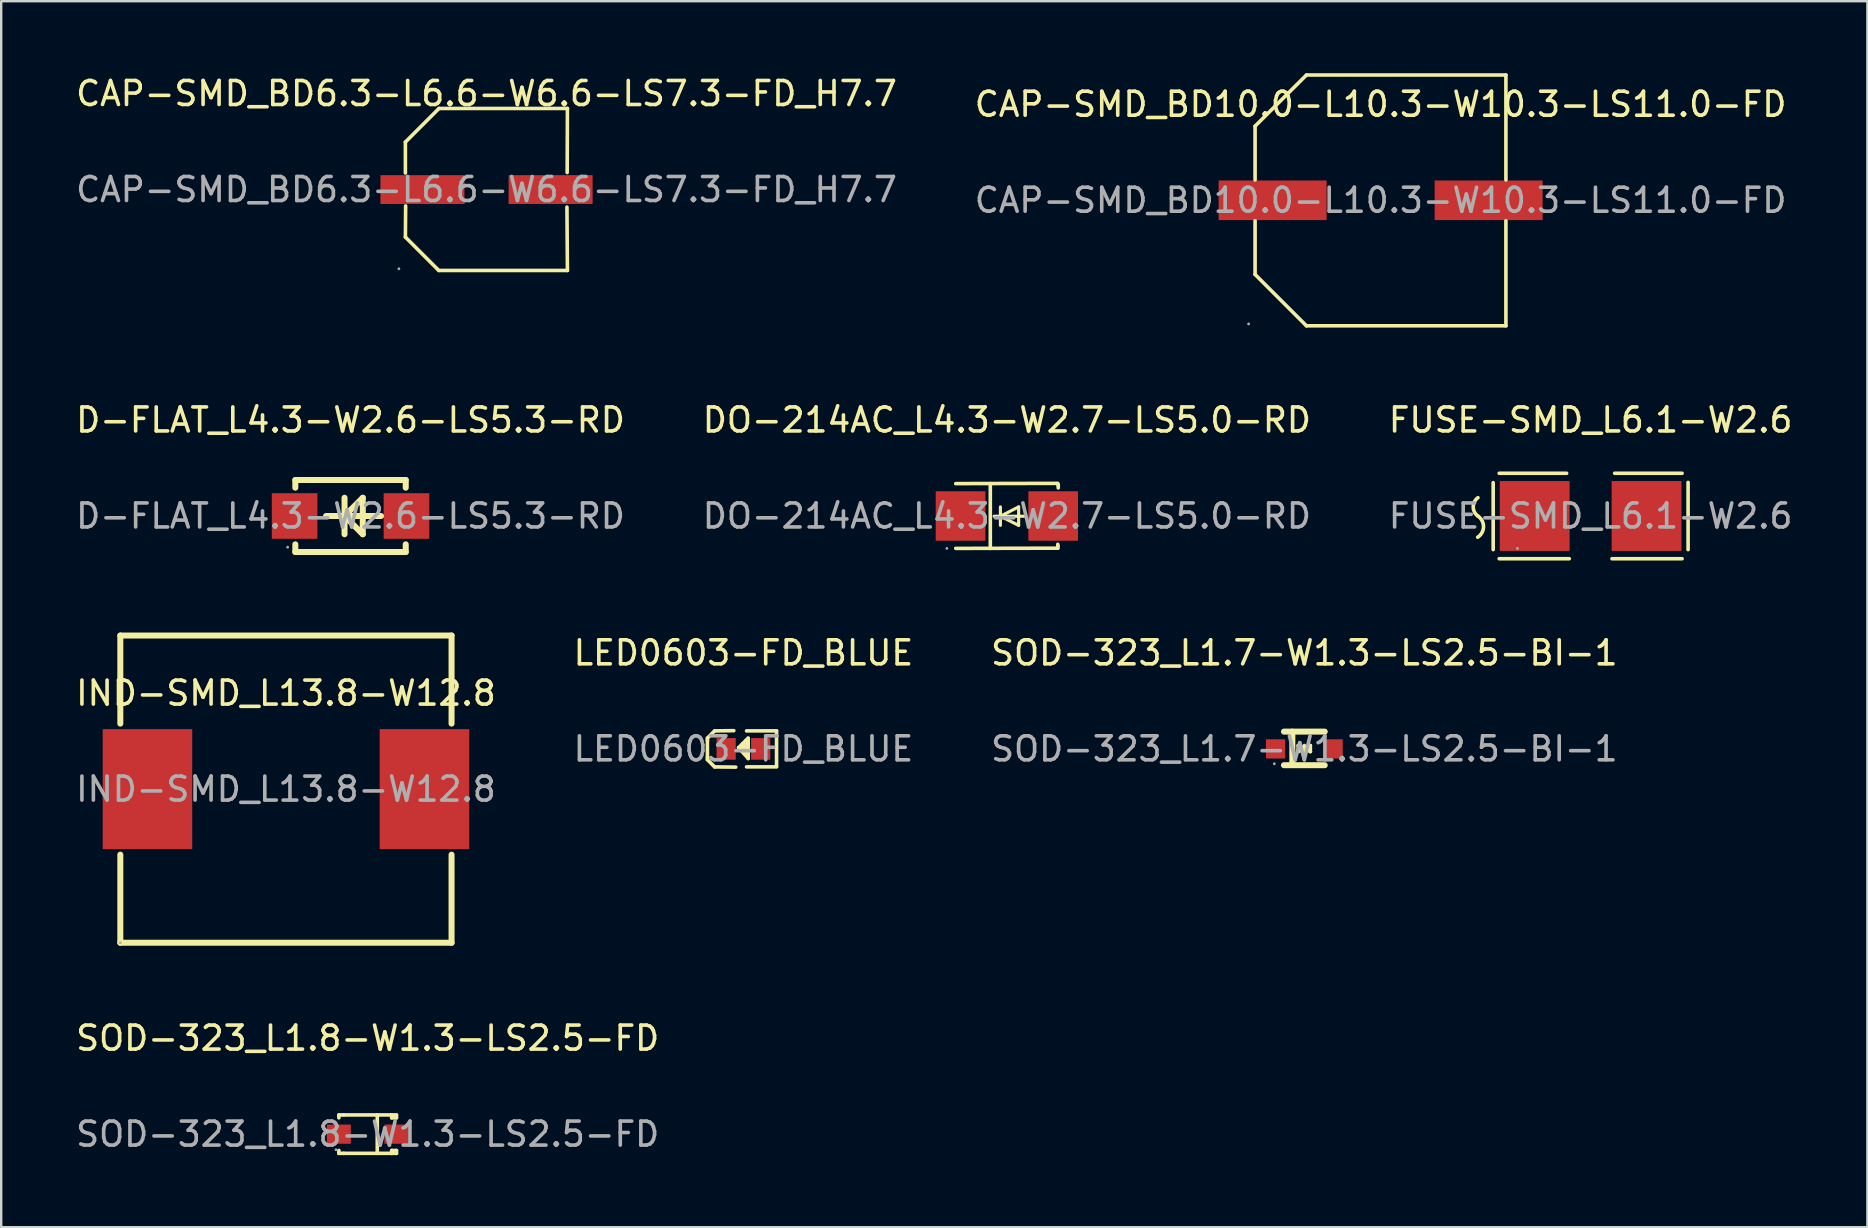
<source format=kicad_pcb>
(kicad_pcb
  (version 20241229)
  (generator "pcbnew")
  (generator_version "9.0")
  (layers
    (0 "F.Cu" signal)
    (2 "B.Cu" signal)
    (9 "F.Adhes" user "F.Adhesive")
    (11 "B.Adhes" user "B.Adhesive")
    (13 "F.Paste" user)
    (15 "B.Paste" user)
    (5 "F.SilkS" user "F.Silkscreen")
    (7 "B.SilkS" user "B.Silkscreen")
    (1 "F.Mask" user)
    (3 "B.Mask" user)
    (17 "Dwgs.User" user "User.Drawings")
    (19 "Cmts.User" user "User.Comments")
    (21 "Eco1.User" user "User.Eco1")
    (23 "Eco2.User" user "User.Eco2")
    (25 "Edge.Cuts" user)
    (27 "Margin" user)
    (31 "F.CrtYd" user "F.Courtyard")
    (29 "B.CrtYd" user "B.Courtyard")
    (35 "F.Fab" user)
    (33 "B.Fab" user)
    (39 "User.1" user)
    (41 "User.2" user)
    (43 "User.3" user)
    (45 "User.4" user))
  (footprint "SOD-323_L1.8-W1.3-LS2.5-FD"
    (layer "F.Cu")
    (at 12.268 44.202)
    (property "Reference" "SOD-323_L1.8-W1.3-LS2.5-FD" (at 0 -4 0) (layer "F.SilkS") (effects (font (size 1 1) (thickness 0.15))))
    (attr smd)
    (fp_line (start -1.2 -0.8) (end -1.2 -0.68) (stroke (width 0.15) (type solid)) (layer "F.SilkS"))
    (fp_line (start -1.2 0.68) (end -1.2 0.8) (stroke (width 0.15) (type solid)) (layer "F.SilkS"))
    (fp_line (start -1.2 0.8) (end -1 0.8) (stroke (width 0.15) (type solid)) (layer "F.SilkS"))
    (fp_line (start -1 -0.8) (end -1.2 -0.8) (stroke (width 0.15) (type solid)) (layer "F.SilkS"))
    (fp_line (start -1 -0.8) (end 1 -0.8) (stroke (width 0.15) (type solid)) (layer "F.SilkS"))
    (fp_line (start -1 0.8) (end 1 0.8) (stroke (width 0.15) (type solid)) (layer "F.SilkS"))
    (fp_line (start 0.4 -0.8) (end 0.4 0.8) (stroke (width 0.15) (type solid)) (layer "F.SilkS"))
    (fp_line (start 1 -0.8) (end 1 -0.68) (stroke (width 0.15) (type solid)) (layer "F.SilkS"))
    (fp_line (start 1 -0.8) (end 1.2 -0.8) (stroke (width 0.15) (type solid)) (layer "F.SilkS"))
    (fp_line (start 1 0.68) (end 1 0.8) (stroke (width 0.15) (type solid)) (layer "F.SilkS"))
    (fp_line (start 1 0.68) (end 1.2 0.68) (stroke (width 0.15) (type solid)) (layer "F.SilkS"))
    (fp_line (start 1.2 -0.8) (end 1.2 -0.68) (stroke (width 0.15) (type solid)) (layer "F.SilkS"))
    (fp_line (start 1.2 -0.68) (end 1 -0.68) (stroke (width 0.15) (type solid)) (layer "F.SilkS"))
    (fp_line (start 1.2 0.68) (end 1.2 0.8) (stroke (width 0.15) (type solid)) (layer "F.SilkS"))
    (fp_line (start 1.2 0.8) (end 1 0.8) (stroke (width 0.15) (type solid)) (layer "F.SilkS"))
    (fp_circle (center -1.32 0.65) (end -1.29 0.65) (stroke (width 0.06) (type solid)) (fill no) (layer "F.Fab"))
    (fp_text user "${REFERENCE}" (at 0 0 0) (layer "F.Fab") (effects (font (size 1 1) (thickness 0.15))))
    (pad "1" smd rect (at -1.2 0 180) (size 1 0.8) (layers "F.Cu" "F.Mask" "F.Paste"))
    (pad "2" smd rect (at 1.2 0 180) (size 1 0.8) (layers "F.Cu" "F.Mask" "F.Paste")))
  (footprint "LED0603-FD_BLUE"
    (layer "F.Cu")
    (at 27.923 28.151)
    (property "Reference" "LED0603-FD_BLUE" (at 0 -4 0) (layer "F.SilkS") (effects (font (size 1 1) (thickness 0.15))))
    (attr smd)
    (fp_line (start -1.5 -0.45) (end -1.2 -0.75) (stroke (width 0.15) (type solid)) (layer "F.SilkS"))
    (fp_line (start -1.5 -0.35) (end -1.5 -0.45) (stroke (width 0.15) (type solid)) (layer "F.SilkS"))
    (fp_line (start -1.5 -0.35) (end -1.5 0.35) (stroke (width 0.15) (type solid)) (layer "F.SilkS"))
    (fp_line (start -1.5 0.35) (end -1.5 0.45) (stroke (width 0.15) (type solid)) (layer "F.SilkS"))
    (fp_line (start -1.5 0.45) (end -1.2 0.75) (stroke (width 0.15) (type solid)) (layer "F.SilkS"))
    (fp_line (start -0.4 -0.76) (end -1.2 -0.75) (stroke (width 0.15) (type solid)) (layer "F.SilkS"))
    (fp_line (start -0.32 0.76) (end -1.2 0.75) (stroke (width 0.15) (type solid)) (layer "F.SilkS"))
    (fp_line (start -0.2 -0.05) (end 0.2 0.4) (stroke (width 0.15) (type solid)) (layer "F.SilkS"))
    (fp_line (start -0.04 -0.21) (end -0.04 0.1) (stroke (width 0.15) (type solid)) (layer "F.SilkS"))
    (fp_line (start -0.04 0.1) (end -0.05 0.1) (stroke (width 0.15) (type solid)) (layer "F.SilkS"))
    (fp_line (start 0.09 -0.34) (end 0.09 0.15) (stroke (width 0.15) (type solid)) (layer "F.SilkS"))
    (fp_line (start 0.09 0.15) (end 0.04 0.19) (stroke (width 0.15) (type solid)) (layer "F.SilkS"))
    (fp_line (start 0.1 -0.05) (end -0.2 -0.05) (stroke (width 0.15) (type solid)) (layer "F.SilkS"))
    (fp_line (start 0.13 -0.75) (end 1.38 -0.75) (stroke (width 0.15) (type solid)) (layer "F.SilkS"))
    (fp_line (start 0.13 0.75) (end 1.38 0.75) (stroke (width 0.15) (type solid)) (layer "F.SilkS"))
    (fp_line (start 0.19 -0.44) (end -0.2 -0.05) (stroke (width 0.15) (type solid)) (layer "F.SilkS"))
    (fp_line (start 0.2 0.4) (end 0.2 -0.45) (stroke (width 0.15) (type solid)) (layer "F.SilkS"))
    (fp_line (start 1.38 -0.75) (end 1.38 0.73) (stroke (width 0.15) (type solid)) (layer "F.SilkS"))
    (fp_circle (center -0.8 0.4) (end -0.77 0.4) (stroke (width 0.06) (type solid)) (fill no) (layer "F.Fab"))
    (fp_text user "${REFERENCE}" (at 0 0 0) (layer "F.Fab") (effects (font (size 1 1) (thickness 0.15))))
    (pad "1" smd rect (at -0.72 0 180) (size 0.8 0.9) (layers "F.Cu" "F.Mask" "F.Paste"))
    (pad "2" smd rect (at 0.72 0 180) (size 0.8 0.9) (layers "F.Cu" "F.Mask" "F.Paste")))
  (footprint "CAP-SMD_BD6.3-L6.6-W6.6-LS7.3-FD_H7.7"
    (layer "F.Cu")
    (at 17.22 4.848)
    (property "Reference" "CAP-SMD_BD6.3-L6.6-W6.6-LS7.3-FD_H7.7" (at 0 -4 0) (layer "F.SilkS") (effects (font (size 1 1) (thickness 0.15))))
    (attr smd)
    (fp_line (start -3.38 -1.98) (end -3.38 -0.69) (stroke (width 0.15) (type solid)) (layer "F.SilkS"))
    (fp_line (start -3.38 1.98) (end -3.37 0.68) (stroke (width 0.15) (type solid)) (layer "F.SilkS"))
    (fp_line (start -1.99 3.37) (end -3.38 1.98) (stroke (width 0.15) (type solid)) (layer "F.SilkS"))
    (fp_line (start -1.98 -3.38) (end -3.38 -1.98) (stroke (width 0.15) (type solid)) (layer "F.SilkS"))
    (fp_line (start 3.35 0.73) (end 3.37 3.37) (stroke (width 0.15) (type solid)) (layer "F.SilkS"))
    (fp_line (start 3.36 -0.71) (end 3.37 -3.38) (stroke (width 0.15) (type solid)) (layer "F.SilkS"))
    (fp_line (start 3.37 -3.38) (end -1.98 -3.38) (stroke (width 0.15) (type solid)) (layer "F.SilkS"))
    (fp_line (start 3.37 3.37) (end -1.99 3.37) (stroke (width 0.15) (type solid)) (layer "F.SilkS"))
    (fp_circle (center -3.65 3.3) (end -3.62 3.3) (stroke (width 0.06) (type solid)) (fill no) (layer "F.Fab"))
    (fp_text user "${REFERENCE}" (at 0 0 0) (layer "F.Fab") (effects (font (size 1 1) (thickness 0.15))))
    (pad "1" smd rect (at -2.67 0) (size 3.5 1.2) (layers "F.Cu" "F.Mask" "F.Paste"))
    (pad "2" smd rect (at 2.67 0) (size 3.5 1.2) (layers "F.Cu" "F.Mask" "F.Paste")))
  (footprint "SOD-323_L1.7-W1.3-LS2.5-BI-1"
    (layer "F.Cu")
    (at 51.292 28.151)
    (property "Reference" "SOD-323_L1.7-W1.3-LS2.5-BI-1" (at 0 -4 0) (layer "F.SilkS") (effects (font (size 1 1) (thickness 0.15))))
    (attr smd)
    (fp_line (start -0.85 -0.72) (end 0.85 -0.72) (stroke (width 0.25) (type solid)) (layer "F.SilkS"))
    (fp_line (start -0.85 0.68) (end 0.85 0.68) (stroke (width 0.25) (type solid)) (layer "F.SilkS"))
    (fp_line (start -0.5 -0.72) (end -0.5 0.64) (stroke (width 0.25) (type solid)) (layer "F.SilkS"))
    (fp_line (start -0.25 -0.14) (end -0.25 -0.14) (stroke (width 0.15) (type solid)) (layer "F.SilkS"))
    (fp_line (start -0.25 -0.14) (end 0 -0.02) (stroke (width 0.15) (type solid)) (layer "F.SilkS"))
    (fp_line (start -0.25 0.11) (end -0.25 -0.14) (stroke (width 0.15) (type solid)) (layer "F.SilkS"))
    (fp_line (start -0.13 -0.02) (end 0 -0.02) (stroke (width 0.15) (type solid)) (layer "F.SilkS"))
    (fp_line (start 0 -0.14) (end 0 0.11) (stroke (width 0.15) (type solid)) (layer "F.SilkS"))
    (fp_line (start 0 -0.02) (end -0.25 0.11) (stroke (width 0.15) (type solid)) (layer "F.SilkS"))
    (fp_line (start 0 -0.02) (end 0.25 -0.14) (stroke (width 0.15) (type solid)) (layer "F.SilkS"))
    (fp_line (start 0.13 -0.02) (end 0 -0.02) (stroke (width 0.15) (type solid)) (layer "F.SilkS"))
    (fp_line (start 0.25 -0.14) (end 0.25 0.11) (stroke (width 0.15) (type solid)) (layer "F.SilkS"))
    (fp_line (start 0.25 0.11) (end 0 -0.01) (stroke (width 0.15) (type solid)) (layer "F.SilkS"))
    (fp_line (start 0.25 0.11) (end 0.25 0.11) (stroke (width 0.15) (type solid)) (layer "F.SilkS"))
    (fp_circle (center -1.25 0.62) (end -1.22 0.62) (stroke (width 0.06) (type solid)) (fill no) (layer "F.Fab"))
    (fp_text user "${REFERENCE}" (at 0 0 0) (layer "F.Fab") (effects (font (size 1 1) (thickness 0.15))))
    (pad "1" smd rect (at -1.2 0) (size 0.8 0.8) (layers "F.Cu" "F.Mask" "F.Paste"))
    (pad "2" smd rect (at 1.2 0) (size 0.8 0.8) (layers "F.Cu" "F.Mask" "F.Paste")))
  (footprint "IND-SMD_L13.8-W12.8"
    (layer "F.Cu")
    (at 8.863 29.828)
    (property "Reference" "IND-SMD_L13.8-W12.8" (at 0 -4 0) (layer "F.SilkS") (effects (font (size 1 1) (thickness 0.15))))
    (attr smd)
    (fp_line (start -6.9 -6.4) (end 6.9 -6.4) (stroke (width 0.25) (type solid)) (layer "F.SilkS"))
    (fp_line (start -6.9 -2.73) (end -6.9 -6.4) (stroke (width 0.25) (type solid)) (layer "F.SilkS"))
    (fp_line (start -6.9 6.4) (end -6.9 2.73) (stroke (width 0.25) (type solid)) (layer "F.SilkS"))
    (fp_line (start 6.9 -6.4) (end 6.9 -2.73) (stroke (width 0.25) (type solid)) (layer "F.SilkS"))
    (fp_line (start 6.9 2.73) (end 6.9 6.4) (stroke (width 0.25) (type solid)) (layer "F.SilkS"))
    (fp_line (start 6.9 6.4) (end -6.9 6.4) (stroke (width 0.25) (type solid)) (layer "F.SilkS"))
    (fp_circle (center -6.9 6.4) (end -6.87 6.4) (stroke (width 0.06) (type solid)) (fill no) (layer "F.Fab"))
    (fp_text user "${REFERENCE}" (at 0 0 0) (layer "F.Fab") (effects (font (size 1 1) (thickness 0.15))))
    (pad "1" smd rect (at -5.77 0) (size 3.73 5) (layers "F.Cu" "F.Mask" "F.Paste"))
    (pad "2" smd rect (at 5.77 0) (size 3.73 5) (layers "F.Cu" "F.Mask" "F.Paste")))
  (footprint "FUSE-SMD_L6.1-W2.6"
    (layer "F.Cu")
    (at 63.22 18.448)
    (property "Reference" "FUSE-SMD_L6.1-W2.6" (at 0 -4 0) (layer "F.SilkS") (effects (font (size 1 1) (thickness 0.15))))
    (attr smd)
    (fp_line (start -4.06 -1.39) (end -4.06 1.4) (stroke (width 0.15) (type solid)) (layer "F.SilkS"))
    (fp_line (start -3.81 -1.78) (end -1 -1.78) (stroke (width 0.15) (type solid)) (layer "F.SilkS"))
    (fp_line (start -0.89 1.78) (end -3.81 1.78) (stroke (width 0.15) (type solid)) (layer "F.SilkS"))
    (fp_line (start 0.89 1.78) (end 3.81 1.78) (stroke (width 0.15) (type solid)) (layer "F.SilkS"))
    (fp_line (start 3.81 -1.78) (end 1 -1.78) (stroke (width 0.15) (type solid)) (layer "F.SilkS"))
    (fp_line (start 4.06 -1.4) (end 4.06 1.4) (stroke (width 0.15) (type solid)) (layer "F.SilkS"))
    (fp_arc (start -4.7 0) (mid -4.463047 0.444493) (end -4.707545 0.884881) (stroke (width 0.15) (type solid)) (layer "F.SilkS"))
    (fp_arc (start -4.7 0) (mid -4.892009 -0.382754) (end -4.695546 -0.763242) (stroke (width 0.15) (type solid)) (layer "F.SilkS"))
    (fp_circle (center -3.05 1.35) (end -3.02 1.35) (stroke (width 0.06) (type solid)) (fill no) (layer "F.Fab"))
    (fp_text user "${REFERENCE}" (at 0 0 0) (layer "F.Fab") (effects (font (size 1 1) (thickness 0.15))))
    (pad "1" smd rect (at -2.33 0) (size 2.91 2.91) (layers "F.Cu" "F.Mask" "F.Paste"))
    (pad "2" smd rect (at 2.33 0) (size 2.91 2.91) (layers "F.Cu" "F.Mask" "F.Paste")))
  (footprint "D-FLAT_L4.3-W2.6-LS5.3-RD"
    (layer "F.Cu")
    (at 11.554 18.448)
    (property "Reference" "D-FLAT_L4.3-W2.6-LS5.3-RD" (at 0 -4 0) (layer "F.SilkS") (effects (font (size 1 1) (thickness 0.15))))
    (attr smd)
    (fp_line (start -2.3 -1.5) (end -2.3 -1.18) (stroke (width 0.25) (type solid)) (layer "F.SilkS"))
    (fp_line (start -2.3 -1.5) (end 2.3 -1.5) (stroke (width 0.25) (type solid)) (layer "F.SilkS"))
    (fp_line (start -2.3 1.18) (end -2.3 1.5) (stroke (width 0.25) (type solid)) (layer "F.SilkS"))
    (fp_line (start -0.25 0) (end 0.51 0.76) (stroke (width 0.25) (type solid)) (layer "F.SilkS"))
    (fp_line (start -0.25 0.76) (end -0.25 -0.76) (stroke (width 0.25) (type solid)) (layer "F.SilkS"))
    (fp_line (start 0.51 -0.76) (end -0.25 0) (stroke (width 0.25) (type solid)) (layer "F.SilkS"))
    (fp_line (start 0.51 0.76) (end 0.51 -0.76) (stroke (width 0.25) (type solid)) (layer "F.SilkS"))
    (fp_line (start 1.27 0) (end -1.02 0) (stroke (width 0.25) (type solid)) (layer "F.SilkS"))
    (fp_line (start 2.3 -1.5) (end 2.3 -1.18) (stroke (width 0.25) (type solid)) (layer "F.SilkS"))
    (fp_line (start 2.3 1.18) (end 2.3 1.5) (stroke (width 0.25) (type solid)) (layer "F.SilkS"))
    (fp_line (start 2.3 1.5) (end -2.3 1.5) (stroke (width 0.25) (type solid)) (layer "F.SilkS"))
    (fp_circle (center -2.62 1.3) (end -2.59 1.3) (stroke (width 0.06) (type solid)) (fill no) (layer "F.Fab"))
    (fp_text user "${REFERENCE}" (at 0 0 0) (layer "F.Fab") (effects (font (size 1 1) (thickness 0.15))))
    (pad "1" smd rect (at -2.33 0 270) (size 1.9 1.9) (layers "F.Cu" "F.Mask" "F.Paste"))
    (pad "2" smd rect (at 2.33 0 270) (size 1.9 1.9) (layers "F.Cu" "F.Mask" "F.Paste")))
  (footprint "CAP-SMD_BD10.0-L10.3-W10.3-LS11.0-FD"
    (layer "F.Cu")
    (at 54.47 5.295)
    (property "Reference" "CAP-SMD_BD10.0-L10.3-W10.3-LS11.0-FD" (at 0 -4 0) (layer "F.SilkS") (effects (font (size 1 1) (thickness 0.15))))
    (attr smd)
    (fp_line (start -5.23 -3.09) (end -5.23 -0.85) (stroke (width 0.15) (type solid)) (layer "F.SilkS"))
    (fp_line (start -5.23 3.09) (end -5.23 0.85) (stroke (width 0.15) (type solid)) (layer "F.SilkS"))
    (fp_line (start -3.09 -5.22) (end -5.23 -3.09) (stroke (width 0.15) (type solid)) (layer "F.SilkS"))
    (fp_line (start -3.09 5.23) (end -5.23 3.09) (stroke (width 0.15) (type solid)) (layer "F.SilkS"))
    (fp_line (start 5.22 -5.22) (end -3.09 -5.22) (stroke (width 0.15) (type solid)) (layer "F.SilkS"))
    (fp_line (start 5.22 -0.85) (end 5.22 -5.22) (stroke (width 0.15) (type solid)) (layer "F.SilkS"))
    (fp_line (start 5.22 0.85) (end 5.22 5.23) (stroke (width 0.15) (type solid)) (layer "F.SilkS"))
    (fp_line (start 5.22 5.23) (end -3.09 5.23) (stroke (width 0.15) (type solid)) (layer "F.SilkS"))
    (fp_circle (center -5.5 5.15) (end -5.47 5.15) (stroke (width 0.06) (type solid)) (fill no) (layer "F.Fab"))
    (fp_text user "${REFERENCE}" (at 0 0 0) (layer "F.Fab") (effects (font (size 1 1) (thickness 0.15))))
    (pad "1" smd rect (at -4.5 0) (size 4.5 1.65) (layers "F.Cu" "F.Mask" "F.Paste"))
    (pad "2" smd rect (at 4.5 0) (size 4.5 1.65) (layers "F.Cu" "F.Mask" "F.Paste")))
  (footprint "DO-214AC_L4.3-W2.7-LS5.0-RD"
    (layer "F.Cu")
    (at 38.899 18.448)
    (property "Reference" "DO-214AC_L4.3-W2.7-LS5.0-RD" (at 0 -4 0) (layer "F.SilkS") (effects (font (size 1 1) (thickness 0.15))))
    (attr smd)
    (fp_line (start -2.13 -1.35) (end 2.12 -1.36) (stroke (width 0.15) (type solid)) (layer "F.SilkS"))
    (fp_line (start -2.13 1.35) (end 2.11 1.34) (stroke (width 0.15) (type solid)) (layer "F.SilkS"))
    (fp_line (start -0.69 -1.35) (end -0.69 1.35) (stroke (width 0.15) (type solid)) (layer "F.SilkS"))
    (fp_line (start -0.27 0.01) (end -0.27 -0.38) (stroke (width 0.13) (type solid)) (layer "F.SilkS"))
    (fp_line (start -0.27 0.01) (end -0.27 0.39) (stroke (width 0.13) (type solid)) (layer "F.SilkS"))
    (fp_line (start 0.49 -0.38) (end -0.27 0.01) (stroke (width 0.13) (type solid)) (layer "F.SilkS"))
    (fp_line (start 0.49 0.01) (end 0.49 -0.38) (stroke (width 0.13) (type solid)) (layer "F.SilkS"))
    (fp_line (start 0.49 0.01) (end 0.49 0.39) (stroke (width 0.13) (type solid)) (layer "F.SilkS"))
    (fp_line (start 0.49 0.39) (end -0.27 0.01) (stroke (width 0.13) (type solid)) (layer "F.SilkS"))
    (fp_line (start 0.74 0.01) (end -0.53 0.01) (stroke (width 0.13) (type solid)) (layer "F.SilkS"))
    (fp_line (start 2.12 1.18) (end 2.12 1.23) (stroke (width 0.15) (type solid)) (layer "F.SilkS"))
    (fp_line (start 2.13 1.25) (end 2.13 1.34) (stroke (width 0.15) (type solid)) (layer "F.SilkS"))
    (fp_line (start 2.14 -1.31) (end 2.14 -1.26) (stroke (width 0.15) (type solid)) (layer "F.SilkS"))
    (fp_line (start 2.14 -1.26) (end 2.14 -1.17) (stroke (width 0.15) (type solid)) (layer "F.SilkS"))
    (fp_circle (center -2.5 1.35) (end -2.47 1.35) (stroke (width 0.06) (type solid)) (fill no) (layer "F.Fab"))
    (fp_text user "${REFERENCE}" (at 0 0 0) (layer "F.Fab") (effects (font (size 1 1) (thickness 0.15))))
    (pad "1" smd rect (at -1.93 0 180) (size 2.07 2.06) (layers "F.Cu" "F.Mask" "F.Paste"))
    (pad "2" smd rect (at 1.93 0 180) (size 2.07 2.06) (layers "F.Cu" "F.Mask" "F.Paste")))
  (gr_rect
    (start -3 -3)
    (end 74.75 48.077)
    (stroke (width 0.1) (type default))
    (fill no)
    (layer "Edge.Cuts")))
</source>
